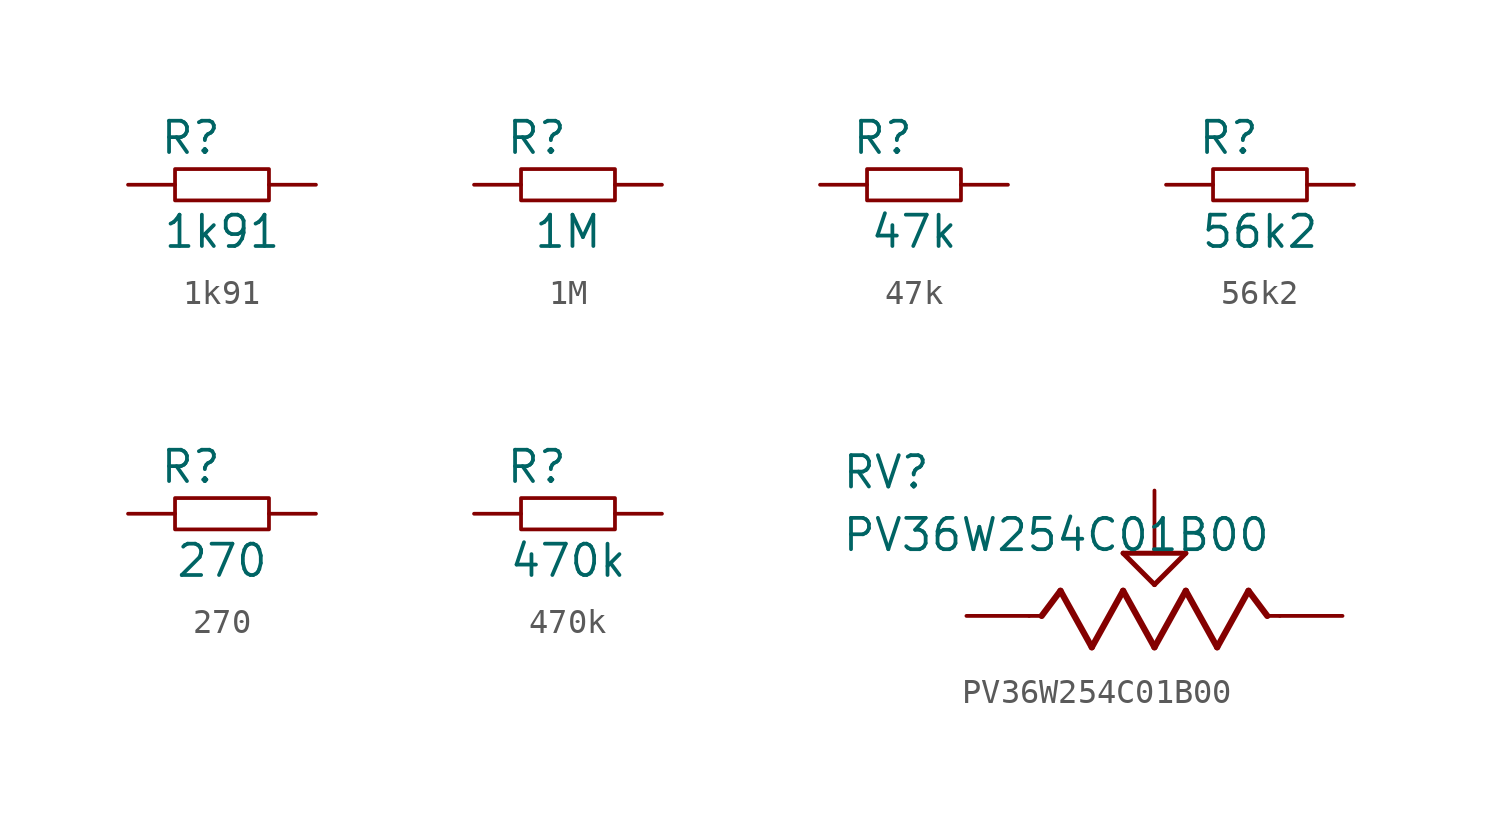
<source format=kicad_sym>
(kicad_symbol_lib
  (version 20211014)
  (generator kicad_symbol_editor)
  (symbol "1k91"
    (pin_numbers hide)
    (pin_names
      (offset 1.016) hide)
    (property "Reference" "R"
      (at -1.27 1.905 0)
      (effects (font (size 1.27 1.27))))
    (property "Value" "1k91"
      (at 0 -1.905 0)
      (effects (font (size 1.27 1.27))))
    (symbol "1k91_0_1"
      (rectangle (start -1.905 0.635) (end 1.905 -0.635) (stroke (width 0) (type default) (color 0 0 0 0)) (fill (type none))))
    (symbol "1k91_1_1"
      (pin input line (at -3.81 0 0) (length 1.905) (name "1" (effects (font (size 1.27 1.27)))) (number "1" (effects (font (size 1.27 1.27)))))
      (pin input line (at 3.81 0 180) (length 1.905) (name "2" (effects (font (size 1.27 1.27)))) (number "2" (effects (font (size 1.27 1.27)))))))
  (symbol "1M"
    (pin_numbers hide)
    (pin_names
      (offset 1.016) hide)
    (property "Reference" "R"
      (at -1.27 1.905 0)
      (effects (font (size 1.27 1.27))))
    (property "Value" "1M"
      (at 0 -1.905 0)
      (effects (font (size 1.27 1.27))))
    (symbol "1M_0_1"
      (rectangle (start -1.905 0.635) (end 1.905 -0.635) (stroke (width 0) (type default) (color 0 0 0 0)) (fill (type none))))
    (symbol "1M_1_1"
      (pin input line (at -3.81 0 0) (length 1.905) (name "1" (effects (font (size 1.27 1.27)))) (number "1" (effects (font (size 1.27 1.27)))))
      (pin input line (at 3.81 0 180) (length 1.905) (name "2" (effects (font (size 1.27 1.27)))) (number "2" (effects (font (size 1.27 1.27)))))))
  (symbol "47k"
    (pin_numbers hide)
    (pin_names
      (offset 1.016) hide)
    (property "Reference" "R"
      (at -1.27 1.905 0)
      (effects (font (size 1.27 1.27))))
    (property "Value" "47k"
      (at 0 -1.905 0)
      (effects (font (size 1.27 1.27))))
    (symbol "47k_0_1"
      (rectangle (start -1.905 0.635) (end 1.905 -0.635) (stroke (width 0) (type default) (color 0 0 0 0)) (fill (type none))))
    (symbol "47k_1_1"
      (pin input line (at -3.81 0 0) (length 1.905) (name "1" (effects (font (size 1.27 1.27)))) (number "1" (effects (font (size 1.27 1.27)))))
      (pin input line (at 3.81 0 180) (length 1.905) (name "2" (effects (font (size 1.27 1.27)))) (number "2" (effects (font (size 1.27 1.27)))))))
  (symbol "56k2"
    (pin_numbers hide)
    (pin_names
      (offset 1.016) hide)
    (property "Reference" "R"
      (at -1.27 1.905 0)
      (effects (font (size 1.27 1.27))))
    (property "Value" "56k2"
      (at 0 -1.905 0)
      (effects (font (size 1.27 1.27))))
    (symbol "56k2_0_1"
      (rectangle (start -1.905 0.635) (end 1.905 -0.635) (stroke (width 0) (type default) (color 0 0 0 0)) (fill (type none))))
    (symbol "56k2_1_1"
      (pin input line (at -3.81 0 0) (length 1.905) (name "1" (effects (font (size 1.27 1.27)))) (number "1" (effects (font (size 1.27 1.27)))))
      (pin input line (at 3.81 0 180) (length 1.905) (name "2" (effects (font (size 1.27 1.27)))) (number "2" (effects (font (size 1.27 1.27)))))))
  (symbol "270"
    (pin_numbers hide)
    (pin_names
      (offset 1.016) hide)
    (property "Reference" "R"
      (at -1.27 1.905 0)
      (effects (font (size 1.27 1.27))))
    (property "Value" "270"
      (at 0 -1.905 0)
      (effects (font (size 1.27 1.27))))
    (symbol "270_0_1"
      (rectangle (start -1.905 0.635) (end 1.905 -0.635) (stroke (width 0) (type default) (color 0 0 0 0)) (fill (type none))))
    (symbol "270_1_1"
      (pin input line (at -3.81 0 0) (length 1.905) (name "1" (effects (font (size 1.27 1.27)))) (number "1" (effects (font (size 1.27 1.27)))))
      (pin input line (at 3.81 0 180) (length 1.905) (name "2" (effects (font (size 1.27 1.27)))) (number "2" (effects (font (size 1.27 1.27)))))))
  (symbol "470k"
    (pin_numbers hide)
    (pin_names
      (offset 1.016) hide)
    (property "Reference" "R"
      (at -1.27 1.905 0)
      (effects (font (size 1.27 1.27))))
    (property "Value" "470k"
      (at 0 -1.905 0)
      (effects (font (size 1.27 1.27))))
    (symbol "470k_0_1"
      (rectangle (start -1.905 0.635) (end 1.905 -0.635) (stroke (width 0) (type default) (color 0 0 0 0)) (fill (type none))))
    (symbol "470k_1_1"
      (pin input line (at -3.81 0 0) (length 1.905) (name "1" (effects (font (size 1.27 1.27)))) (number "1" (effects (font (size 1.27 1.27)))))
      (pin input line (at 3.81 0 180) (length 1.905) (name "2" (effects (font (size 1.27 1.27)))) (number "2" (effects (font (size 1.27 1.27)))))))
  (symbol "PV36W254C01B00"
    (pin_numbers hide)
    (pin_names
      (offset 1.016) hide)
    (property "Reference" "RV"
      (at -12.7 5.08 0)
      (effects (font (size 1.27 1.27)) (justify left bottom)))
    (property "Value" "PV36W254C01B00"
      (at -12.7 2.54 0)
      (effects (font (size 1.27 1.27)) (justify left bottom)))
    (symbol "PV36W254C01B00_0_0"
      (polyline (pts (xy -5.08 0) (xy -4.572 0)) (stroke (width 0.152) (type default) (color 0 0 0 0)) (fill (type none)))
      (polyline (pts (xy -4.572 0) (xy -3.81 1.016)) (stroke (width 0.254) (type default) (color 0 0 0 0)) (fill (type none)))
      (polyline (pts (xy -3.81 1.016) (xy -2.54 -1.27)) (stroke (width 0.254) (type default) (color 0 0 0 0)) (fill (type none)))
      (polyline (pts (xy -2.54 -1.27) (xy -1.27 1.016)) (stroke (width 0.254) (type default) (color 0 0 0 0)) (fill (type none)))
      (polyline (pts (xy -1.27 1.016) (xy 0 -1.27)) (stroke (width 0.254) (type default) (color 0 0 0 0)) (fill (type none)))
      (polyline (pts (xy -1.27 2.54) (xy 1.27 2.54)) (stroke (width 0.203) (type default) (color 0 0 0 0)) (fill (type none)))
      (polyline (pts (xy 0 -1.27) (xy 1.27 1.016)) (stroke (width 0.254) (type default) (color 0 0 0 0)) (fill (type none)))
      (polyline (pts (xy 0 1.27) (xy -1.27 2.54)) (stroke (width 0.203) (type default) (color 0 0 0 0)) (fill (type none)))
      (polyline (pts (xy 1.27 1.016) (xy 2.54 -1.27)) (stroke (width 0.254) (type default) (color 0 0 0 0)) (fill (type none)))
      (polyline (pts (xy 1.27 2.54) (xy 0 1.27)) (stroke (width 0.203) (type default) (color 0 0 0 0)) (fill (type none)))
      (polyline (pts (xy 2.54 -1.27) (xy 3.81 1.016)) (stroke (width 0.254) (type default) (color 0 0 0 0)) (fill (type none)))
      (polyline (pts (xy 3.81 1.016) (xy 4.572 0)) (stroke (width 0.254) (type default) (color 0 0 0 0)) (fill (type none)))
      (polyline (pts (xy 4.572 0) (xy 5.08 0)) (stroke (width 0.152) (type default) (color 0 0 0 0)) (fill (type none)))
      (pin passive line (at -7.62 0 0) (length 2.54) (name "~" (effects (font (size 1.016 1.016)))) (number "1" (effects (font (size 1.016 1.016)))))
      (pin passive line (at 0 5.08 270) (length 2.54) (name "~" (effects (font (size 1.016 1.016)))) (number "2" (effects (font (size 1.016 1.016)))))
      (pin passive line (at 7.62 0 180) (length 2.54) (name "~" (effects (font (size 1.016 1.016)))) (number "3" (effects (font (size 1.016 1.016))))))))
</source>
